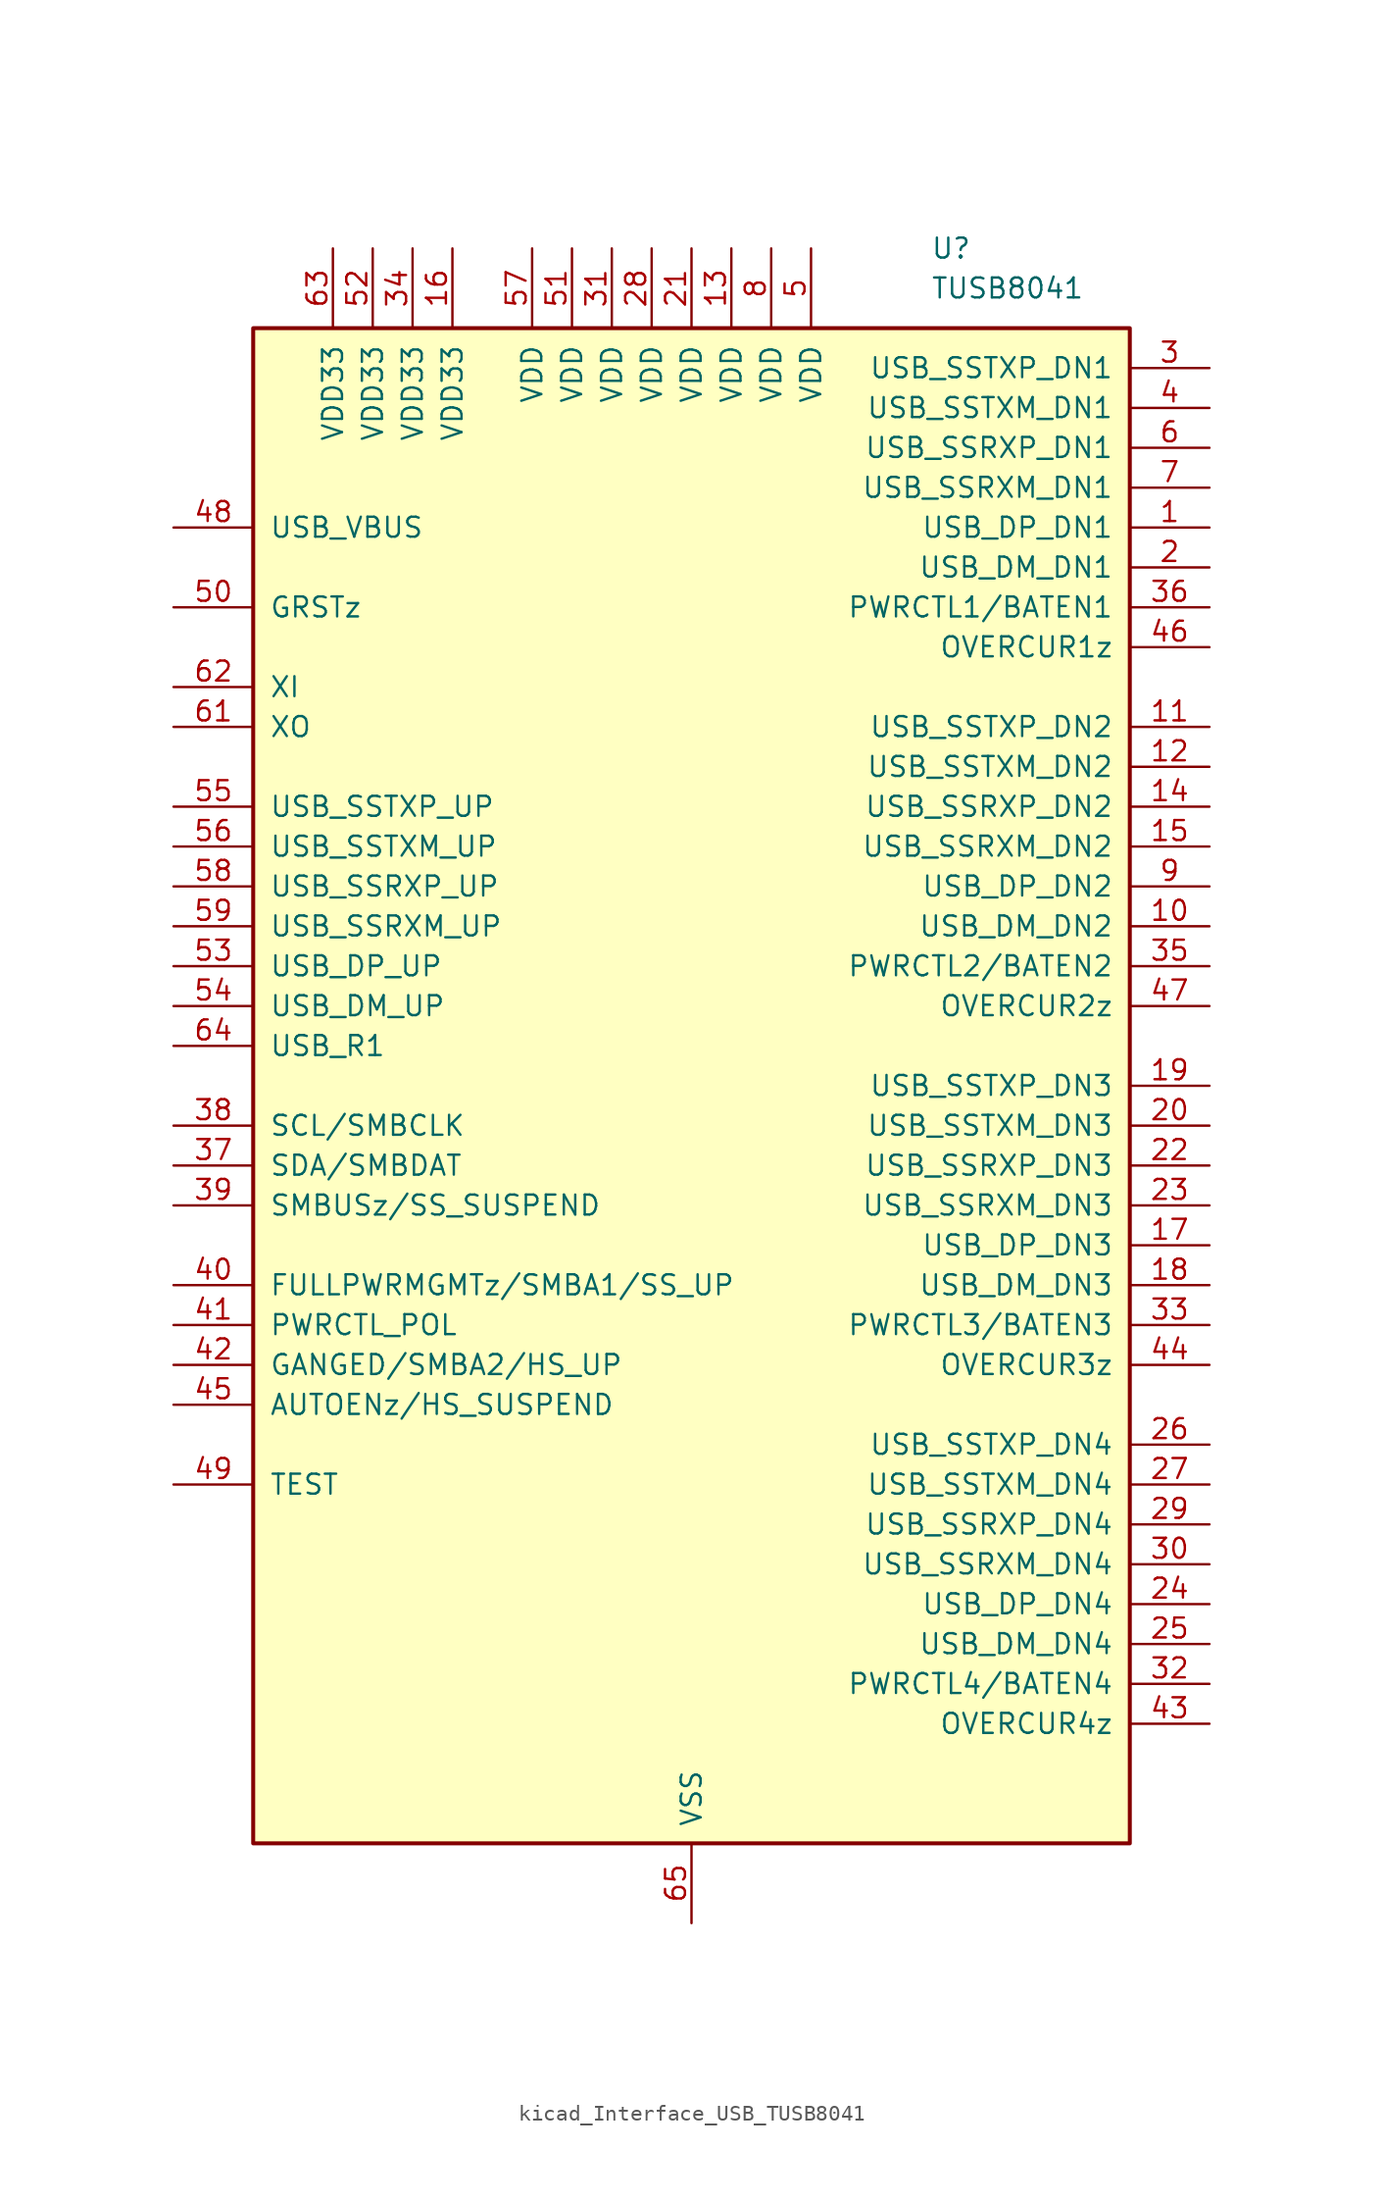
<source format=kicad_sym>
(kicad_symbol_lib
  (version 20220914)
  (generator kicad_symbol_editor)
  (symbol "kicad_Interface_USB_TUSB8041"
    (pin_names
      (offset 1.016))
    (property "Reference" "U"
      (at 15.24 53.34 0)
      (effects (font (size 1.27 1.27)) (justify left)))
    (property "Value" "TUSB8041"
      (at 15.24 50.8 0)
      (effects (font (size 1.27 1.27)) (justify left)))
    (symbol "kicad_Interface_USB_TUSB8041_0_1"
      (rectangle (start -27.94 48.26) (end 27.94 -48.26) (stroke (width 0.254) (type default)) (fill (type background))))
    (symbol "kicad_Interface_USB_TUSB8041_1_1"
      (pin bidirectional line (at 33.02 35.56 180) (length 5.08) (name "USB_DP_DN1" (effects (font (size 1.27 1.27)))) (number "1" (effects (font (size 1.27 1.27)))))
      (pin bidirectional line (at 33.02 10.16 180) (length 5.08) (name "USB_DM_DN2" (effects (font (size 1.27 1.27)))) (number "10" (effects (font (size 1.27 1.27)))))
      (pin output line (at 33.02 22.86 180) (length 5.08) (name "USB_SSTXP_DN2" (effects (font (size 1.27 1.27)))) (number "11" (effects (font (size 1.27 1.27)))))
      (pin output line (at 33.02 20.32 180) (length 5.08) (name "USB_SSTXM_DN2" (effects (font (size 1.27 1.27)))) (number "12" (effects (font (size 1.27 1.27)))))
      (pin power_in line (at 2.54 53.34 270) (length 5.08) (name "VDD" (effects (font (size 1.27 1.27)))) (number "13" (effects (font (size 1.27 1.27)))))
      (pin input line (at 33.02 17.78 180) (length 5.08) (name "USB_SSRXP_DN2" (effects (font (size 1.27 1.27)))) (number "14" (effects (font (size 1.27 1.27)))))
      (pin input line (at 33.02 15.24 180) (length 5.08) (name "USB_SSRXM_DN2" (effects (font (size 1.27 1.27)))) (number "15" (effects (font (size 1.27 1.27)))))
      (pin power_in line (at -15.24 53.34 270) (length 5.08) (name "VDD33" (effects (font (size 1.27 1.27)))) (number "16" (effects (font (size 1.27 1.27)))))
      (pin bidirectional line (at 33.02 -10.16 180) (length 5.08) (name "USB_DP_DN3" (effects (font (size 1.27 1.27)))) (number "17" (effects (font (size 1.27 1.27)))))
      (pin bidirectional line (at 33.02 -12.7 180) (length 5.08) (name "USB_DM_DN3" (effects (font (size 1.27 1.27)))) (number "18" (effects (font (size 1.27 1.27)))))
      (pin output line (at 33.02 0 180) (length 5.08) (name "USB_SSTXP_DN3" (effects (font (size 1.27 1.27)))) (number "19" (effects (font (size 1.27 1.27)))))
      (pin bidirectional line (at 33.02 33.02 180) (length 5.08) (name "USB_DM_DN1" (effects (font (size 1.27 1.27)))) (number "2" (effects (font (size 1.27 1.27)))))
      (pin output line (at 33.02 -2.54 180) (length 5.08) (name "USB_SSTXM_DN3" (effects (font (size 1.27 1.27)))) (number "20" (effects (font (size 1.27 1.27)))))
      (pin power_in line (at 0 53.34 270) (length 5.08) (name "VDD" (effects (font (size 1.27 1.27)))) (number "21" (effects (font (size 1.27 1.27)))))
      (pin input line (at 33.02 -5.08 180) (length 5.08) (name "USB_SSRXP_DN3" (effects (font (size 1.27 1.27)))) (number "22" (effects (font (size 1.27 1.27)))))
      (pin input line (at 33.02 -7.62 180) (length 5.08) (name "USB_SSRXM_DN3" (effects (font (size 1.27 1.27)))) (number "23" (effects (font (size 1.27 1.27)))))
      (pin bidirectional line (at 33.02 -33.02 180) (length 5.08) (name "USB_DP_DN4" (effects (font (size 1.27 1.27)))) (number "24" (effects (font (size 1.27 1.27)))))
      (pin bidirectional line (at 33.02 -35.56 180) (length 5.08) (name "USB_DM_DN4" (effects (font (size 1.27 1.27)))) (number "25" (effects (font (size 1.27 1.27)))))
      (pin output line (at 33.02 -22.86 180) (length 5.08) (name "USB_SSTXP_DN4" (effects (font (size 1.27 1.27)))) (number "26" (effects (font (size 1.27 1.27)))))
      (pin output line (at 33.02 -25.4 180) (length 5.08) (name "USB_SSTXM_DN4" (effects (font (size 1.27 1.27)))) (number "27" (effects (font (size 1.27 1.27)))))
      (pin power_in line (at -2.54 53.34 270) (length 5.08) (name "VDD" (effects (font (size 1.27 1.27)))) (number "28" (effects (font (size 1.27 1.27)))))
      (pin input line (at 33.02 -27.94 180) (length 5.08) (name "USB_SSRXP_DN4" (effects (font (size 1.27 1.27)))) (number "29" (effects (font (size 1.27 1.27)))))
      (pin output line (at 33.02 45.72 180) (length 5.08) (name "USB_SSTXP_DN1" (effects (font (size 1.27 1.27)))) (number "3" (effects (font (size 1.27 1.27)))))
      (pin input line (at 33.02 -30.48 180) (length 5.08) (name "USB_SSRXM_DN4" (effects (font (size 1.27 1.27)))) (number "30" (effects (font (size 1.27 1.27)))))
      (pin power_in line (at -5.08 53.34 270) (length 5.08) (name "VDD" (effects (font (size 1.27 1.27)))) (number "31" (effects (font (size 1.27 1.27)))))
      (pin bidirectional line (at 33.02 -38.1 180) (length 5.08) (name "PWRCTL4/BATEN4" (effects (font (size 1.27 1.27)))) (number "32" (effects (font (size 1.27 1.27)))))
      (pin bidirectional line (at 33.02 -15.24 180) (length 5.08) (name "PWRCTL3/BATEN3" (effects (font (size 1.27 1.27)))) (number "33" (effects (font (size 1.27 1.27)))))
      (pin power_in line (at -17.78 53.34 270) (length 5.08) (name "VDD33" (effects (font (size 1.27 1.27)))) (number "34" (effects (font (size 1.27 1.27)))))
      (pin bidirectional line (at 33.02 7.62 180) (length 5.08) (name "PWRCTL2/BATEN2" (effects (font (size 1.27 1.27)))) (number "35" (effects (font (size 1.27 1.27)))))
      (pin bidirectional line (at 33.02 30.48 180) (length 5.08) (name "PWRCTL1/BATEN1" (effects (font (size 1.27 1.27)))) (number "36" (effects (font (size 1.27 1.27)))))
      (pin bidirectional line (at -33.02 -5.08 0) (length 5.08) (name "SDA/SMBDAT" (effects (font (size 1.27 1.27)))) (number "37" (effects (font (size 1.27 1.27)))))
      (pin bidirectional line (at -33.02 -2.54 0) (length 5.08) (name "SCL/SMBCLK" (effects (font (size 1.27 1.27)))) (number "38" (effects (font (size 1.27 1.27)))))
      (pin bidirectional line (at -33.02 -7.62 0) (length 5.08) (name "SMBUSz/SS_SUSPEND" (effects (font (size 1.27 1.27)))) (number "39" (effects (font (size 1.27 1.27)))))
      (pin output line (at 33.02 43.18 180) (length 5.08) (name "USB_SSTXM_DN1" (effects (font (size 1.27 1.27)))) (number "4" (effects (font (size 1.27 1.27)))))
      (pin bidirectional line (at -33.02 -12.7 0) (length 5.08) (name "FULLPWRMGMTz/SMBA1/SS_UP" (effects (font (size 1.27 1.27)))) (number "40" (effects (font (size 1.27 1.27)))))
      (pin bidirectional line (at -33.02 -15.24 0) (length 5.08) (name "PWRCTL_POL" (effects (font (size 1.27 1.27)))) (number "41" (effects (font (size 1.27 1.27)))))
      (pin bidirectional line (at -33.02 -17.78 0) (length 5.08) (name "GANGED/SMBA2/HS_UP" (effects (font (size 1.27 1.27)))) (number "42" (effects (font (size 1.27 1.27)))))
      (pin input line (at 33.02 -40.64 180) (length 5.08) (name "OVERCUR4z" (effects (font (size 1.27 1.27)))) (number "43" (effects (font (size 1.27 1.27)))))
      (pin input line (at 33.02 -17.78 180) (length 5.08) (name "OVERCUR3z" (effects (font (size 1.27 1.27)))) (number "44" (effects (font (size 1.27 1.27)))))
      (pin bidirectional line (at -33.02 -20.32 0) (length 5.08) (name "AUTOENz/HS_SUSPEND" (effects (font (size 1.27 1.27)))) (number "45" (effects (font (size 1.27 1.27)))))
      (pin input line (at 33.02 27.94 180) (length 5.08) (name "OVERCUR1z" (effects (font (size 1.27 1.27)))) (number "46" (effects (font (size 1.27 1.27)))))
      (pin input line (at 33.02 5.08 180) (length 5.08) (name "OVERCUR2z" (effects (font (size 1.27 1.27)))) (number "47" (effects (font (size 1.27 1.27)))))
      (pin input line (at -33.02 35.56 0) (length 5.08) (name "USB_VBUS" (effects (font (size 1.27 1.27)))) (number "48" (effects (font (size 1.27 1.27)))))
      (pin input line (at -33.02 -25.4 0) (length 5.08) (name "TEST" (effects (font (size 1.27 1.27)))) (number "49" (effects (font (size 1.27 1.27)))))
      (pin power_in line (at 7.62 53.34 270) (length 5.08) (name "VDD" (effects (font (size 1.27 1.27)))) (number "5" (effects (font (size 1.27 1.27)))))
      (pin input line (at -33.02 30.48 0) (length 5.08) (name "GRSTz" (effects (font (size 1.27 1.27)))) (number "50" (effects (font (size 1.27 1.27)))))
      (pin power_in line (at -7.62 53.34 270) (length 5.08) (name "VDD" (effects (font (size 1.27 1.27)))) (number "51" (effects (font (size 1.27 1.27)))))
      (pin power_in line (at -20.32 53.34 270) (length 5.08) (name "VDD33" (effects (font (size 1.27 1.27)))) (number "52" (effects (font (size 1.27 1.27)))))
      (pin bidirectional line (at -33.02 7.62 0) (length 5.08) (name "USB_DP_UP" (effects (font (size 1.27 1.27)))) (number "53" (effects (font (size 1.27 1.27)))))
      (pin bidirectional line (at -33.02 5.08 0) (length 5.08) (name "USB_DM_UP" (effects (font (size 1.27 1.27)))) (number "54" (effects (font (size 1.27 1.27)))))
      (pin output line (at -33.02 17.78 0) (length 5.08) (name "USB_SSTXP_UP" (effects (font (size 1.27 1.27)))) (number "55" (effects (font (size 1.27 1.27)))))
      (pin output line (at -33.02 15.24 0) (length 5.08) (name "USB_SSTXM_UP" (effects (font (size 1.27 1.27)))) (number "56" (effects (font (size 1.27 1.27)))))
      (pin power_in line (at -10.16 53.34 270) (length 5.08) (name "VDD" (effects (font (size 1.27 1.27)))) (number "57" (effects (font (size 1.27 1.27)))))
      (pin input line (at -33.02 12.7 0) (length 5.08) (name "USB_SSRXP_UP" (effects (font (size 1.27 1.27)))) (number "58" (effects (font (size 1.27 1.27)))))
      (pin input line (at -33.02 10.16 0) (length 5.08) (name "USB_SSRXM_UP" (effects (font (size 1.27 1.27)))) (number "59" (effects (font (size 1.27 1.27)))))
      (pin input line (at 33.02 40.64 180) (length 5.08) (name "USB_SSRXP_DN1" (effects (font (size 1.27 1.27)))) (number "6" (effects (font (size 1.27 1.27)))))
      (pin no_connect line (at 27.94 -45.72 180) (length 5.08) hide (name "NC" (effects (font (size 1.27 1.27)))) (number "60" (effects (font (size 1.27 1.27)))))
      (pin output line (at -33.02 22.86 0) (length 5.08) (name "XO" (effects (font (size 1.27 1.27)))) (number "61" (effects (font (size 1.27 1.27)))))
      (pin input line (at -33.02 25.4 0) (length 5.08) (name "XI" (effects (font (size 1.27 1.27)))) (number "62" (effects (font (size 1.27 1.27)))))
      (pin power_in line (at -22.86 53.34 270) (length 5.08) (name "VDD33" (effects (font (size 1.27 1.27)))) (number "63" (effects (font (size 1.27 1.27)))))
      (pin input line (at -33.02 2.54 0) (length 5.08) (name "USB_R1" (effects (font (size 1.27 1.27)))) (number "64" (effects (font (size 1.27 1.27)))))
      (pin power_in line (at 0 -53.34 90) (length 5.08) (name "VSS" (effects (font (size 1.27 1.27)))) (number "65" (effects (font (size 1.27 1.27)))))
      (pin input line (at 33.02 38.1 180) (length 5.08) (name "USB_SSRXM_DN1" (effects (font (size 1.27 1.27)))) (number "7" (effects (font (size 1.27 1.27)))))
      (pin power_in line (at 5.08 53.34 270) (length 5.08) (name "VDD" (effects (font (size 1.27 1.27)))) (number "8" (effects (font (size 1.27 1.27)))))
      (pin bidirectional line (at 33.02 12.7 180) (length 5.08) (name "USB_DP_DN2" (effects (font (size 1.27 1.27)))) (number "9" (effects (font (size 1.27 1.27))))))))
</source>
